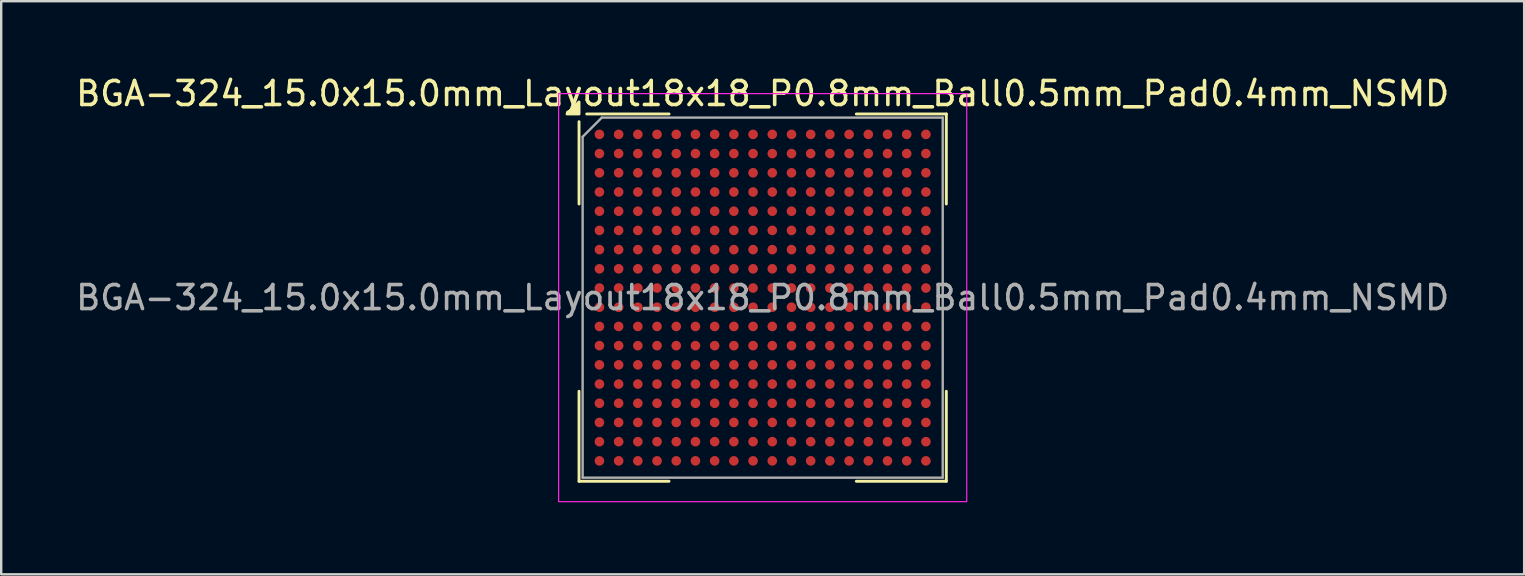
<source format=kicad_pcb>
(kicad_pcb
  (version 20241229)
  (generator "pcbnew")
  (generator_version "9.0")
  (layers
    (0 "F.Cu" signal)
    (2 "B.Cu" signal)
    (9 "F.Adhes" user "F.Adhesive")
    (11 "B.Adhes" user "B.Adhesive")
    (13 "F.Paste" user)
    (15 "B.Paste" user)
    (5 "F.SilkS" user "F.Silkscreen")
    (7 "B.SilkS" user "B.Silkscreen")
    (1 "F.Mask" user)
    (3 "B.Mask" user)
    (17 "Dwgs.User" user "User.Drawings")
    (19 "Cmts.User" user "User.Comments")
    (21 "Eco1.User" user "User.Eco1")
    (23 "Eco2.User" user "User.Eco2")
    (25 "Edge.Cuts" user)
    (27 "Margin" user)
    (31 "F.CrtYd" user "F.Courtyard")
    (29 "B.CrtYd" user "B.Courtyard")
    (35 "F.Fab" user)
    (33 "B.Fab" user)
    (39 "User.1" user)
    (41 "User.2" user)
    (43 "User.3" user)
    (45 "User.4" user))
  (footprint "BGA-324_15.0x15.0mm_Layout18x18_P0.8mm_Ball0.5mm_Pad0.4mm_NSMD"
    (layer "F.Cu")
    (at 28.72 9.348)
    (property "Reference" "BGA-324_15.0x15.0mm_Layout18x18_P0.8mm_Ball0.5mm_Pad0.4mm_NSMD" (at 0 -8.5 0) (layer "F.SilkS") (effects (font (size 1 1) (thickness 0.15))))
    (attr smd)
    (fp_line (start -7.65 -7.33) (end -7.65 -3.9) (stroke (width 0.12) (type solid)) (layer "F.SilkS"))
    (fp_line (start -7.65 7.65) (end -7.65 3.9) (stroke (width 0.12) (type solid)) (layer "F.SilkS"))
    (fp_line (start -7.33 -7.65) (end -3.9 -7.65) (stroke (width 0.12) (type solid)) (layer "F.SilkS"))
    (fp_line (start -3.9 7.65) (end -7.65 7.65) (stroke (width 0.12) (type solid)) (layer "F.SilkS"))
    (fp_line (start 3.9 -7.65) (end 7.65 -7.65) (stroke (width 0.12) (type solid)) (layer "F.SilkS"))
    (fp_line (start 3.9 7.65) (end 7.65 7.65) (stroke (width 0.12) (type solid)) (layer "F.SilkS"))
    (fp_line (start 7.65 -7.65) (end 7.65 -3.9) (stroke (width 0.12) (type solid)) (layer "F.SilkS"))
    (fp_line (start 7.65 7.65) (end 7.65 3.9) (stroke (width 0.12) (type solid)) (layer "F.SilkS"))
    (fp_poly (pts (xy -7.65 -7.65) (xy -8.15 -7.65) (xy -7.65 -8.15) (xy -7.65 -7.65)) (stroke (width 0.12) (type solid)) (fill yes) (layer "F.SilkS"))
    (fp_rect (start 8.5 8.5) (end -8.5 -8.5) (stroke (width 0.05) (type solid)) (fill no) (layer "F.CrtYd"))
    (fp_line (start -7.5 -6.7) (end -7.5 7.5) (stroke (width 0.1) (type solid)) (layer "F.Fab"))
    (fp_line (start -7.5 7.5) (end 7.5 7.5) (stroke (width 0.1) (type solid)) (layer "F.Fab"))
    (fp_line (start -6.7 -7.5) (end -7.5 -6.7) (stroke (width 0.1) (type solid)) (layer "F.Fab"))
    (fp_line (start 7.5 -7.5) (end -6.7 -7.5) (stroke (width 0.1) (type solid)) (layer "F.Fab"))
    (fp_line (start 7.5 7.5) (end 7.5 -7.5) (stroke (width 0.1) (type solid)) (layer "F.Fab"))
    (fp_text user "${REFERENCE}" (at 0 0 0) (layer "F.Fab") (effects (font (size 1 1) (thickness 0.15))))
    (pad "A1" smd circle (at -6.8 -6.8) (size 0.4 0.4) (property pad_prop_bga) (layers "F.Cu" "F.Mask" "F.Paste"))
    (pad "A2" smd circle (at -6 -6.8) (size 0.4 0.4) (property pad_prop_bga) (layers "F.Cu" "F.Mask" "F.Paste"))
    (pad "A3" smd circle (at -5.2 -6.8) (size 0.4 0.4) (property pad_prop_bga) (layers "F.Cu" "F.Mask" "F.Paste"))
    (pad "A4" smd circle (at -4.4 -6.8) (size 0.4 0.4) (property pad_prop_bga) (layers "F.Cu" "F.Mask" "F.Paste"))
    (pad "A5" smd circle (at -3.6 -6.8) (size 0.4 0.4) (property pad_prop_bga) (layers "F.Cu" "F.Mask" "F.Paste"))
    (pad "A6" smd circle (at -2.8 -6.8) (size 0.4 0.4) (property pad_prop_bga) (layers "F.Cu" "F.Mask" "F.Paste"))
    (pad "A7" smd circle (at -2 -6.8) (size 0.4 0.4) (property pad_prop_bga) (layers "F.Cu" "F.Mask" "F.Paste"))
    (pad "A8" smd circle (at -1.2 -6.8) (size 0.4 0.4) (property pad_prop_bga) (layers "F.Cu" "F.Mask" "F.Paste"))
    (pad "A9" smd circle (at -0.4 -6.8) (size 0.4 0.4) (property pad_prop_bga) (layers "F.Cu" "F.Mask" "F.Paste"))
    (pad "A10" smd circle (at 0.4 -6.8) (size 0.4 0.4) (property pad_prop_bga) (layers "F.Cu" "F.Mask" "F.Paste"))
    (pad "A11" smd circle (at 1.2 -6.8) (size 0.4 0.4) (property pad_prop_bga) (layers "F.Cu" "F.Mask" "F.Paste"))
    (pad "A12" smd circle (at 2 -6.8) (size 0.4 0.4) (property pad_prop_bga) (layers "F.Cu" "F.Mask" "F.Paste"))
    (pad "A13" smd circle (at 2.8 -6.8) (size 0.4 0.4) (property pad_prop_bga) (layers "F.Cu" "F.Mask" "F.Paste"))
    (pad "A14" smd circle (at 3.6 -6.8) (size 0.4 0.4) (property pad_prop_bga) (layers "F.Cu" "F.Mask" "F.Paste"))
    (pad "A15" smd circle (at 4.4 -6.8) (size 0.4 0.4) (property pad_prop_bga) (layers "F.Cu" "F.Mask" "F.Paste"))
    (pad "A16" smd circle (at 5.2 -6.8) (size 0.4 0.4) (property pad_prop_bga) (layers "F.Cu" "F.Mask" "F.Paste"))
    (pad "A17" smd circle (at 6 -6.8) (size 0.4 0.4) (property pad_prop_bga) (layers "F.Cu" "F.Mask" "F.Paste"))
    (pad "A18" smd circle (at 6.8 -6.8) (size 0.4 0.4) (property pad_prop_bga) (layers "F.Cu" "F.Mask" "F.Paste"))
    (pad "B1" smd circle (at -6.8 -6) (size 0.4 0.4) (property pad_prop_bga) (layers "F.Cu" "F.Mask" "F.Paste"))
    (pad "B2" smd circle (at -6 -6) (size 0.4 0.4) (property pad_prop_bga) (layers "F.Cu" "F.Mask" "F.Paste"))
    (pad "B3" smd circle (at -5.2 -6) (size 0.4 0.4) (property pad_prop_bga) (layers "F.Cu" "F.Mask" "F.Paste"))
    (pad "B4" smd circle (at -4.4 -6) (size 0.4 0.4) (property pad_prop_bga) (layers "F.Cu" "F.Mask" "F.Paste"))
    (pad "B5" smd circle (at -3.6 -6) (size 0.4 0.4) (property pad_prop_bga) (layers "F.Cu" "F.Mask" "F.Paste"))
    (pad "B6" smd circle (at -2.8 -6) (size 0.4 0.4) (property pad_prop_bga) (layers "F.Cu" "F.Mask" "F.Paste"))
    (pad "B7" smd circle (at -2 -6) (size 0.4 0.4) (property pad_prop_bga) (layers "F.Cu" "F.Mask" "F.Paste"))
    (pad "B8" smd circle (at -1.2 -6) (size 0.4 0.4) (property pad_prop_bga) (layers "F.Cu" "F.Mask" "F.Paste"))
    (pad "B9" smd circle (at -0.4 -6) (size 0.4 0.4) (property pad_prop_bga) (layers "F.Cu" "F.Mask" "F.Paste"))
    (pad "B10" smd circle (at 0.4 -6) (size 0.4 0.4) (property pad_prop_bga) (layers "F.Cu" "F.Mask" "F.Paste"))
    (pad "B11" smd circle (at 1.2 -6) (size 0.4 0.4) (property pad_prop_bga) (layers "F.Cu" "F.Mask" "F.Paste"))
    (pad "B12" smd circle (at 2 -6) (size 0.4 0.4) (property pad_prop_bga) (layers "F.Cu" "F.Mask" "F.Paste"))
    (pad "B13" smd circle (at 2.8 -6) (size 0.4 0.4) (property pad_prop_bga) (layers "F.Cu" "F.Mask" "F.Paste"))
    (pad "B14" smd circle (at 3.6 -6) (size 0.4 0.4) (property pad_prop_bga) (layers "F.Cu" "F.Mask" "F.Paste"))
    (pad "B15" smd circle (at 4.4 -6) (size 0.4 0.4) (property pad_prop_bga) (layers "F.Cu" "F.Mask" "F.Paste"))
    (pad "B16" smd circle (at 5.2 -6) (size 0.4 0.4) (property pad_prop_bga) (layers "F.Cu" "F.Mask" "F.Paste"))
    (pad "B17" smd circle (at 6 -6) (size 0.4 0.4) (property pad_prop_bga) (layers "F.Cu" "F.Mask" "F.Paste"))
    (pad "B18" smd circle (at 6.8 -6) (size 0.4 0.4) (property pad_prop_bga) (layers "F.Cu" "F.Mask" "F.Paste"))
    (pad "C1" smd circle (at -6.8 -5.2) (size 0.4 0.4) (property pad_prop_bga) (layers "F.Cu" "F.Mask" "F.Paste"))
    (pad "C2" smd circle (at -6 -5.2) (size 0.4 0.4) (property pad_prop_bga) (layers "F.Cu" "F.Mask" "F.Paste"))
    (pad "C3" smd circle (at -5.2 -5.2) (size 0.4 0.4) (property pad_prop_bga) (layers "F.Cu" "F.Mask" "F.Paste"))
    (pad "C4" smd circle (at -4.4 -5.2) (size 0.4 0.4) (property pad_prop_bga) (layers "F.Cu" "F.Mask" "F.Paste"))
    (pad "C5" smd circle (at -3.6 -5.2) (size 0.4 0.4) (property pad_prop_bga) (layers "F.Cu" "F.Mask" "F.Paste"))
    (pad "C6" smd circle (at -2.8 -5.2) (size 0.4 0.4) (property pad_prop_bga) (layers "F.Cu" "F.Mask" "F.Paste"))
    (pad "C7" smd circle (at -2 -5.2) (size 0.4 0.4) (property pad_prop_bga) (layers "F.Cu" "F.Mask" "F.Paste"))
    (pad "C8" smd circle (at -1.2 -5.2) (size 0.4 0.4) (property pad_prop_bga) (layers "F.Cu" "F.Mask" "F.Paste"))
    (pad "C9" smd circle (at -0.4 -5.2) (size 0.4 0.4) (property pad_prop_bga) (layers "F.Cu" "F.Mask" "F.Paste"))
    (pad "C10" smd circle (at 0.4 -5.2) (size 0.4 0.4) (property pad_prop_bga) (layers "F.Cu" "F.Mask" "F.Paste"))
    (pad "C11" smd circle (at 1.2 -5.2) (size 0.4 0.4) (property pad_prop_bga) (layers "F.Cu" "F.Mask" "F.Paste"))
    (pad "C12" smd circle (at 2 -5.2) (size 0.4 0.4) (property pad_prop_bga) (layers "F.Cu" "F.Mask" "F.Paste"))
    (pad "C13" smd circle (at 2.8 -5.2) (size 0.4 0.4) (property pad_prop_bga) (layers "F.Cu" "F.Mask" "F.Paste"))
    (pad "C14" smd circle (at 3.6 -5.2) (size 0.4 0.4) (property pad_prop_bga) (layers "F.Cu" "F.Mask" "F.Paste"))
    (pad "C15" smd circle (at 4.4 -5.2) (size 0.4 0.4) (property pad_prop_bga) (layers "F.Cu" "F.Mask" "F.Paste"))
    (pad "C16" smd circle (at 5.2 -5.2) (size 0.4 0.4) (property pad_prop_bga) (layers "F.Cu" "F.Mask" "F.Paste"))
    (pad "C17" smd circle (at 6 -5.2) (size 0.4 0.4) (property pad_prop_bga) (layers "F.Cu" "F.Mask" "F.Paste"))
    (pad "C18" smd circle (at 6.8 -5.2) (size 0.4 0.4) (property pad_prop_bga) (layers "F.Cu" "F.Mask" "F.Paste"))
    (pad "D1" smd circle (at -6.8 -4.4) (size 0.4 0.4) (property pad_prop_bga) (layers "F.Cu" "F.Mask" "F.Paste"))
    (pad "D2" smd circle (at -6 -4.4) (size 0.4 0.4) (property pad_prop_bga) (layers "F.Cu" "F.Mask" "F.Paste"))
    (pad "D3" smd circle (at -5.2 -4.4) (size 0.4 0.4) (property pad_prop_bga) (layers "F.Cu" "F.Mask" "F.Paste"))
    (pad "D4" smd circle (at -4.4 -4.4) (size 0.4 0.4) (property pad_prop_bga) (layers "F.Cu" "F.Mask" "F.Paste"))
    (pad "D5" smd circle (at -3.6 -4.4) (size 0.4 0.4) (property pad_prop_bga) (layers "F.Cu" "F.Mask" "F.Paste"))
    (pad "D6" smd circle (at -2.8 -4.4) (size 0.4 0.4) (property pad_prop_bga) (layers "F.Cu" "F.Mask" "F.Paste"))
    (pad "D7" smd circle (at -2 -4.4) (size 0.4 0.4) (property pad_prop_bga) (layers "F.Cu" "F.Mask" "F.Paste"))
    (pad "D8" smd circle (at -1.2 -4.4) (size 0.4 0.4) (property pad_prop_bga) (layers "F.Cu" "F.Mask" "F.Paste"))
    (pad "D9" smd circle (at -0.4 -4.4) (size 0.4 0.4) (property pad_prop_bga) (layers "F.Cu" "F.Mask" "F.Paste"))
    (pad "D10" smd circle (at 0.4 -4.4) (size 0.4 0.4) (property pad_prop_bga) (layers "F.Cu" "F.Mask" "F.Paste"))
    (pad "D11" smd circle (at 1.2 -4.4) (size 0.4 0.4) (property pad_prop_bga) (layers "F.Cu" "F.Mask" "F.Paste"))
    (pad "D12" smd circle (at 2 -4.4) (size 0.4 0.4) (property pad_prop_bga) (layers "F.Cu" "F.Mask" "F.Paste"))
    (pad "D13" smd circle (at 2.8 -4.4) (size 0.4 0.4) (property pad_prop_bga) (layers "F.Cu" "F.Mask" "F.Paste"))
    (pad "D14" smd circle (at 3.6 -4.4) (size 0.4 0.4) (property pad_prop_bga) (layers "F.Cu" "F.Mask" "F.Paste"))
    (pad "D15" smd circle (at 4.4 -4.4) (size 0.4 0.4) (property pad_prop_bga) (layers "F.Cu" "F.Mask" "F.Paste"))
    (pad "D16" smd circle (at 5.2 -4.4) (size 0.4 0.4) (property pad_prop_bga) (layers "F.Cu" "F.Mask" "F.Paste"))
    (pad "D17" smd circle (at 6 -4.4) (size 0.4 0.4) (property pad_prop_bga) (layers "F.Cu" "F.Mask" "F.Paste"))
    (pad "D18" smd circle (at 6.8 -4.4) (size 0.4 0.4) (property pad_prop_bga) (layers "F.Cu" "F.Mask" "F.Paste"))
    (pad "E1" smd circle (at -6.8 -3.6) (size 0.4 0.4) (property pad_prop_bga) (layers "F.Cu" "F.Mask" "F.Paste"))
    (pad "E2" smd circle (at -6 -3.6) (size 0.4 0.4) (property pad_prop_bga) (layers "F.Cu" "F.Mask" "F.Paste"))
    (pad "E3" smd circle (at -5.2 -3.6) (size 0.4 0.4) (property pad_prop_bga) (layers "F.Cu" "F.Mask" "F.Paste"))
    (pad "E4" smd circle (at -4.4 -3.6) (size 0.4 0.4) (property pad_prop_bga) (layers "F.Cu" "F.Mask" "F.Paste"))
    (pad "E5" smd circle (at -3.6 -3.6) (size 0.4 0.4) (property pad_prop_bga) (layers "F.Cu" "F.Mask" "F.Paste"))
    (pad "E6" smd circle (at -2.8 -3.6) (size 0.4 0.4) (property pad_prop_bga) (layers "F.Cu" "F.Mask" "F.Paste"))
    (pad "E7" smd circle (at -2 -3.6) (size 0.4 0.4) (property pad_prop_bga) (layers "F.Cu" "F.Mask" "F.Paste"))
    (pad "E8" smd circle (at -1.2 -3.6) (size 0.4 0.4) (property pad_prop_bga) (layers "F.Cu" "F.Mask" "F.Paste"))
    (pad "E9" smd circle (at -0.4 -3.6) (size 0.4 0.4) (property pad_prop_bga) (layers "F.Cu" "F.Mask" "F.Paste"))
    (pad "E10" smd circle (at 0.4 -3.6) (size 0.4 0.4) (property pad_prop_bga) (layers "F.Cu" "F.Mask" "F.Paste"))
    (pad "E11" smd circle (at 1.2 -3.6) (size 0.4 0.4) (property pad_prop_bga) (layers "F.Cu" "F.Mask" "F.Paste"))
    (pad "E12" smd circle (at 2 -3.6) (size 0.4 0.4) (property pad_prop_bga) (layers "F.Cu" "F.Mask" "F.Paste"))
    (pad "E13" smd circle (at 2.8 -3.6) (size 0.4 0.4) (property pad_prop_bga) (layers "F.Cu" "F.Mask" "F.Paste"))
    (pad "E14" smd circle (at 3.6 -3.6) (size 0.4 0.4) (property pad_prop_bga) (layers "F.Cu" "F.Mask" "F.Paste"))
    (pad "E15" smd circle (at 4.4 -3.6) (size 0.4 0.4) (property pad_prop_bga) (layers "F.Cu" "F.Mask" "F.Paste"))
    (pad "E16" smd circle (at 5.2 -3.6) (size 0.4 0.4) (property pad_prop_bga) (layers "F.Cu" "F.Mask" "F.Paste"))
    (pad "E17" smd circle (at 6 -3.6) (size 0.4 0.4) (property pad_prop_bga) (layers "F.Cu" "F.Mask" "F.Paste"))
    (pad "E18" smd circle (at 6.8 -3.6) (size 0.4 0.4) (property pad_prop_bga) (layers "F.Cu" "F.Mask" "F.Paste"))
    (pad "F1" smd circle (at -6.8 -2.8) (size 0.4 0.4) (property pad_prop_bga) (layers "F.Cu" "F.Mask" "F.Paste"))
    (pad "F2" smd circle (at -6 -2.8) (size 0.4 0.4) (property pad_prop_bga) (layers "F.Cu" "F.Mask" "F.Paste"))
    (pad "F3" smd circle (at -5.2 -2.8) (size 0.4 0.4) (property pad_prop_bga) (layers "F.Cu" "F.Mask" "F.Paste"))
    (pad "F4" smd circle (at -4.4 -2.8) (size 0.4 0.4) (property pad_prop_bga) (layers "F.Cu" "F.Mask" "F.Paste"))
    (pad "F5" smd circle (at -3.6 -2.8) (size 0.4 0.4) (property pad_prop_bga) (layers "F.Cu" "F.Mask" "F.Paste"))
    (pad "F6" smd circle (at -2.8 -2.8) (size 0.4 0.4) (property pad_prop_bga) (layers "F.Cu" "F.Mask" "F.Paste"))
    (pad "F7" smd circle (at -2 -2.8) (size 0.4 0.4) (property pad_prop_bga) (layers "F.Cu" "F.Mask" "F.Paste"))
    (pad "F8" smd circle (at -1.2 -2.8) (size 0.4 0.4) (property pad_prop_bga) (layers "F.Cu" "F.Mask" "F.Paste"))
    (pad "F9" smd circle (at -0.4 -2.8) (size 0.4 0.4) (property pad_prop_bga) (layers "F.Cu" "F.Mask" "F.Paste"))
    (pad "F10" smd circle (at 0.4 -2.8) (size 0.4 0.4) (property pad_prop_bga) (layers "F.Cu" "F.Mask" "F.Paste"))
    (pad "F11" smd circle (at 1.2 -2.8) (size 0.4 0.4) (property pad_prop_bga) (layers "F.Cu" "F.Mask" "F.Paste"))
    (pad "F12" smd circle (at 2 -2.8) (size 0.4 0.4) (property pad_prop_bga) (layers "F.Cu" "F.Mask" "F.Paste"))
    (pad "F13" smd circle (at 2.8 -2.8) (size 0.4 0.4) (property pad_prop_bga) (layers "F.Cu" "F.Mask" "F.Paste"))
    (pad "F14" smd circle (at 3.6 -2.8) (size 0.4 0.4) (property pad_prop_bga) (layers "F.Cu" "F.Mask" "F.Paste"))
    (pad "F15" smd circle (at 4.4 -2.8) (size 0.4 0.4) (property pad_prop_bga) (layers "F.Cu" "F.Mask" "F.Paste"))
    (pad "F16" smd circle (at 5.2 -2.8) (size 0.4 0.4) (property pad_prop_bga) (layers "F.Cu" "F.Mask" "F.Paste"))
    (pad "F17" smd circle (at 6 -2.8) (size 0.4 0.4) (property pad_prop_bga) (layers "F.Cu" "F.Mask" "F.Paste"))
    (pad "F18" smd circle (at 6.8 -2.8) (size 0.4 0.4) (property pad_prop_bga) (layers "F.Cu" "F.Mask" "F.Paste"))
    (pad "G1" smd circle (at -6.8 -2) (size 0.4 0.4) (property pad_prop_bga) (layers "F.Cu" "F.Mask" "F.Paste"))
    (pad "G2" smd circle (at -6 -2) (size 0.4 0.4) (property pad_prop_bga) (layers "F.Cu" "F.Mask" "F.Paste"))
    (pad "G3" smd circle (at -5.2 -2) (size 0.4 0.4) (property pad_prop_bga) (layers "F.Cu" "F.Mask" "F.Paste"))
    (pad "G4" smd circle (at -4.4 -2) (size 0.4 0.4) (property pad_prop_bga) (layers "F.Cu" "F.Mask" "F.Paste"))
    (pad "G5" smd circle (at -3.6 -2) (size 0.4 0.4) (property pad_prop_bga) (layers "F.Cu" "F.Mask" "F.Paste"))
    (pad "G6" smd circle (at -2.8 -2) (size 0.4 0.4) (property pad_prop_bga) (layers "F.Cu" "F.Mask" "F.Paste"))
    (pad "G7" smd circle (at -2 -2) (size 0.4 0.4) (property pad_prop_bga) (layers "F.Cu" "F.Mask" "F.Paste"))
    (pad "G8" smd circle (at -1.2 -2) (size 0.4 0.4) (property pad_prop_bga) (layers "F.Cu" "F.Mask" "F.Paste"))
    (pad "G9" smd circle (at -0.4 -2) (size 0.4 0.4) (property pad_prop_bga) (layers "F.Cu" "F.Mask" "F.Paste"))
    (pad "G10" smd circle (at 0.4 -2) (size 0.4 0.4) (property pad_prop_bga) (layers "F.Cu" "F.Mask" "F.Paste"))
    (pad "G11" smd circle (at 1.2 -2) (size 0.4 0.4) (property pad_prop_bga) (layers "F.Cu" "F.Mask" "F.Paste"))
    (pad "G12" smd circle (at 2 -2) (size 0.4 0.4) (property pad_prop_bga) (layers "F.Cu" "F.Mask" "F.Paste"))
    (pad "G13" smd circle (at 2.8 -2) (size 0.4 0.4) (property pad_prop_bga) (layers "F.Cu" "F.Mask" "F.Paste"))
    (pad "G14" smd circle (at 3.6 -2) (size 0.4 0.4) (property pad_prop_bga) (layers "F.Cu" "F.Mask" "F.Paste"))
    (pad "G15" smd circle (at 4.4 -2) (size 0.4 0.4) (property pad_prop_bga) (layers "F.Cu" "F.Mask" "F.Paste"))
    (pad "G16" smd circle (at 5.2 -2) (size 0.4 0.4) (property pad_prop_bga) (layers "F.Cu" "F.Mask" "F.Paste"))
    (pad "G17" smd circle (at 6 -2) (size 0.4 0.4) (property pad_prop_bga) (layers "F.Cu" "F.Mask" "F.Paste"))
    (pad "G18" smd circle (at 6.8 -2) (size 0.4 0.4) (property pad_prop_bga) (layers "F.Cu" "F.Mask" "F.Paste"))
    (pad "H1" smd circle (at -6.8 -1.2) (size 0.4 0.4) (property pad_prop_bga) (layers "F.Cu" "F.Mask" "F.Paste"))
    (pad "H2" smd circle (at -6 -1.2) (size 0.4 0.4) (property pad_prop_bga) (layers "F.Cu" "F.Mask" "F.Paste"))
    (pad "H3" smd circle (at -5.2 -1.2) (size 0.4 0.4) (property pad_prop_bga) (layers "F.Cu" "F.Mask" "F.Paste"))
    (pad "H4" smd circle (at -4.4 -1.2) (size 0.4 0.4) (property pad_prop_bga) (layers "F.Cu" "F.Mask" "F.Paste"))
    (pad "H5" smd circle (at -3.6 -1.2) (size 0.4 0.4) (property pad_prop_bga) (layers "F.Cu" "F.Mask" "F.Paste"))
    (pad "H6" smd circle (at -2.8 -1.2) (size 0.4 0.4) (property pad_prop_bga) (layers "F.Cu" "F.Mask" "F.Paste"))
    (pad "H7" smd circle (at -2 -1.2) (size 0.4 0.4) (property pad_prop_bga) (layers "F.Cu" "F.Mask" "F.Paste"))
    (pad "H8" smd circle (at -1.2 -1.2) (size 0.4 0.4) (property pad_prop_bga) (layers "F.Cu" "F.Mask" "F.Paste"))
    (pad "H9" smd circle (at -0.4 -1.2) (size 0.4 0.4) (property pad_prop_bga) (layers "F.Cu" "F.Mask" "F.Paste"))
    (pad "H10" smd circle (at 0.4 -1.2) (size 0.4 0.4) (property pad_prop_bga) (layers "F.Cu" "F.Mask" "F.Paste"))
    (pad "H11" smd circle (at 1.2 -1.2) (size 0.4 0.4) (property pad_prop_bga) (layers "F.Cu" "F.Mask" "F.Paste"))
    (pad "H12" smd circle (at 2 -1.2) (size 0.4 0.4) (property pad_prop_bga) (layers "F.Cu" "F.Mask" "F.Paste"))
    (pad "H13" smd circle (at 2.8 -1.2) (size 0.4 0.4) (property pad_prop_bga) (layers "F.Cu" "F.Mask" "F.Paste"))
    (pad "H14" smd circle (at 3.6 -1.2) (size 0.4 0.4) (property pad_prop_bga) (layers "F.Cu" "F.Mask" "F.Paste"))
    (pad "H15" smd circle (at 4.4 -1.2) (size 0.4 0.4) (property pad_prop_bga) (layers "F.Cu" "F.Mask" "F.Paste"))
    (pad "H16" smd circle (at 5.2 -1.2) (size 0.4 0.4) (property pad_prop_bga) (layers "F.Cu" "F.Mask" "F.Paste"))
    (pad "H17" smd circle (at 6 -1.2) (size 0.4 0.4) (property pad_prop_bga) (layers "F.Cu" "F.Mask" "F.Paste"))
    (pad "H18" smd circle (at 6.8 -1.2) (size 0.4 0.4) (property pad_prop_bga) (layers "F.Cu" "F.Mask" "F.Paste"))
    (pad "J1" smd circle (at -6.8 -0.4) (size 0.4 0.4) (property pad_prop_bga) (layers "F.Cu" "F.Mask" "F.Paste"))
    (pad "J2" smd circle (at -6 -0.4) (size 0.4 0.4) (property pad_prop_bga) (layers "F.Cu" "F.Mask" "F.Paste"))
    (pad "J3" smd circle (at -5.2 -0.4) (size 0.4 0.4) (property pad_prop_bga) (layers "F.Cu" "F.Mask" "F.Paste"))
    (pad "J4" smd circle (at -4.4 -0.4) (size 0.4 0.4) (property pad_prop_bga) (layers "F.Cu" "F.Mask" "F.Paste"))
    (pad "J5" smd circle (at -3.6 -0.4) (size 0.4 0.4) (property pad_prop_bga) (layers "F.Cu" "F.Mask" "F.Paste"))
    (pad "J6" smd circle (at -2.8 -0.4) (size 0.4 0.4) (property pad_prop_bga) (layers "F.Cu" "F.Mask" "F.Paste"))
    (pad "J7" smd circle (at -2 -0.4) (size 0.4 0.4) (property pad_prop_bga) (layers "F.Cu" "F.Mask" "F.Paste"))
    (pad "J8" smd circle (at -1.2 -0.4) (size 0.4 0.4) (property pad_prop_bga) (layers "F.Cu" "F.Mask" "F.Paste"))
    (pad "J9" smd circle (at -0.4 -0.4) (size 0.4 0.4) (property pad_prop_bga) (layers "F.Cu" "F.Mask" "F.Paste"))
    (pad "J10" smd circle (at 0.4 -0.4) (size 0.4 0.4) (property pad_prop_bga) (layers "F.Cu" "F.Mask" "F.Paste"))
    (pad "J11" smd circle (at 1.2 -0.4) (size 0.4 0.4) (property pad_prop_bga) (layers "F.Cu" "F.Mask" "F.Paste"))
    (pad "J12" smd circle (at 2 -0.4) (size 0.4 0.4) (property pad_prop_bga) (layers "F.Cu" "F.Mask" "F.Paste"))
    (pad "J13" smd circle (at 2.8 -0.4) (size 0.4 0.4) (property pad_prop_bga) (layers "F.Cu" "F.Mask" "F.Paste"))
    (pad "J14" smd circle (at 3.6 -0.4) (size 0.4 0.4) (property pad_prop_bga) (layers "F.Cu" "F.Mask" "F.Paste"))
    (pad "J15" smd circle (at 4.4 -0.4) (size 0.4 0.4) (property pad_prop_bga) (layers "F.Cu" "F.Mask" "F.Paste"))
    (pad "J16" smd circle (at 5.2 -0.4) (size 0.4 0.4) (property pad_prop_bga) (layers "F.Cu" "F.Mask" "F.Paste"))
    (pad "J17" smd circle (at 6 -0.4) (size 0.4 0.4) (property pad_prop_bga) (layers "F.Cu" "F.Mask" "F.Paste"))
    (pad "J18" smd circle (at 6.8 -0.4) (size 0.4 0.4) (property pad_prop_bga) (layers "F.Cu" "F.Mask" "F.Paste"))
    (pad "K1" smd circle (at -6.8 0.4) (size 0.4 0.4) (property pad_prop_bga) (layers "F.Cu" "F.Mask" "F.Paste"))
    (pad "K2" smd circle (at -6 0.4) (size 0.4 0.4) (property pad_prop_bga) (layers "F.Cu" "F.Mask" "F.Paste"))
    (pad "K3" smd circle (at -5.2 0.4) (size 0.4 0.4) (property pad_prop_bga) (layers "F.Cu" "F.Mask" "F.Paste"))
    (pad "K4" smd circle (at -4.4 0.4) (size 0.4 0.4) (property pad_prop_bga) (layers "F.Cu" "F.Mask" "F.Paste"))
    (pad "K5" smd circle (at -3.6 0.4) (size 0.4 0.4) (property pad_prop_bga) (layers "F.Cu" "F.Mask" "F.Paste"))
    (pad "K6" smd circle (at -2.8 0.4) (size 0.4 0.4) (property pad_prop_bga) (layers "F.Cu" "F.Mask" "F.Paste"))
    (pad "K7" smd circle (at -2 0.4) (size 0.4 0.4) (property pad_prop_bga) (layers "F.Cu" "F.Mask" "F.Paste"))
    (pad "K8" smd circle (at -1.2 0.4) (size 0.4 0.4) (property pad_prop_bga) (layers "F.Cu" "F.Mask" "F.Paste"))
    (pad "K9" smd circle (at -0.4 0.4) (size 0.4 0.4) (property pad_prop_bga) (layers "F.Cu" "F.Mask" "F.Paste"))
    (pad "K10" smd circle (at 0.4 0.4) (size 0.4 0.4) (property pad_prop_bga) (layers "F.Cu" "F.Mask" "F.Paste"))
    (pad "K11" smd circle (at 1.2 0.4) (size 0.4 0.4) (property pad_prop_bga) (layers "F.Cu" "F.Mask" "F.Paste"))
    (pad "K12" smd circle (at 2 0.4) (size 0.4 0.4) (property pad_prop_bga) (layers "F.Cu" "F.Mask" "F.Paste"))
    (pad "K13" smd circle (at 2.8 0.4) (size 0.4 0.4) (property pad_prop_bga) (layers "F.Cu" "F.Mask" "F.Paste"))
    (pad "K14" smd circle (at 3.6 0.4) (size 0.4 0.4) (property pad_prop_bga) (layers "F.Cu" "F.Mask" "F.Paste"))
    (pad "K15" smd circle (at 4.4 0.4) (size 0.4 0.4) (property pad_prop_bga) (layers "F.Cu" "F.Mask" "F.Paste"))
    (pad "K16" smd circle (at 5.2 0.4) (size 0.4 0.4) (property pad_prop_bga) (layers "F.Cu" "F.Mask" "F.Paste"))
    (pad "K17" smd circle (at 6 0.4) (size 0.4 0.4) (property pad_prop_bga) (layers "F.Cu" "F.Mask" "F.Paste"))
    (pad "K18" smd circle (at 6.8 0.4) (size 0.4 0.4) (property pad_prop_bga) (layers "F.Cu" "F.Mask" "F.Paste"))
    (pad "L1" smd circle (at -6.8 1.2) (size 0.4 0.4) (property pad_prop_bga) (layers "F.Cu" "F.Mask" "F.Paste"))
    (pad "L2" smd circle (at -6 1.2) (size 0.4 0.4) (property pad_prop_bga) (layers "F.Cu" "F.Mask" "F.Paste"))
    (pad "L3" smd circle (at -5.2 1.2) (size 0.4 0.4) (property pad_prop_bga) (layers "F.Cu" "F.Mask" "F.Paste"))
    (pad "L4" smd circle (at -4.4 1.2) (size 0.4 0.4) (property pad_prop_bga) (layers "F.Cu" "F.Mask" "F.Paste"))
    (pad "L5" smd circle (at -3.6 1.2) (size 0.4 0.4) (property pad_prop_bga) (layers "F.Cu" "F.Mask" "F.Paste"))
    (pad "L6" smd circle (at -2.8 1.2) (size 0.4 0.4) (property pad_prop_bga) (layers "F.Cu" "F.Mask" "F.Paste"))
    (pad "L7" smd circle (at -2 1.2) (size 0.4 0.4) (property pad_prop_bga) (layers "F.Cu" "F.Mask" "F.Paste"))
    (pad "L8" smd circle (at -1.2 1.2) (size 0.4 0.4) (property pad_prop_bga) (layers "F.Cu" "F.Mask" "F.Paste"))
    (pad "L9" smd circle (at -0.4 1.2) (size 0.4 0.4) (property pad_prop_bga) (layers "F.Cu" "F.Mask" "F.Paste"))
    (pad "L10" smd circle (at 0.4 1.2) (size 0.4 0.4) (property pad_prop_bga) (layers "F.Cu" "F.Mask" "F.Paste"))
    (pad "L11" smd circle (at 1.2 1.2) (size 0.4 0.4) (property pad_prop_bga) (layers "F.Cu" "F.Mask" "F.Paste"))
    (pad "L12" smd circle (at 2 1.2) (size 0.4 0.4) (property pad_prop_bga) (layers "F.Cu" "F.Mask" "F.Paste"))
    (pad "L13" smd circle (at 2.8 1.2) (size 0.4 0.4) (property pad_prop_bga) (layers "F.Cu" "F.Mask" "F.Paste"))
    (pad "L14" smd circle (at 3.6 1.2) (size 0.4 0.4) (property pad_prop_bga) (layers "F.Cu" "F.Mask" "F.Paste"))
    (pad "L15" smd circle (at 4.4 1.2) (size 0.4 0.4) (property pad_prop_bga) (layers "F.Cu" "F.Mask" "F.Paste"))
    (pad "L16" smd circle (at 5.2 1.2) (size 0.4 0.4) (property pad_prop_bga) (layers "F.Cu" "F.Mask" "F.Paste"))
    (pad "L17" smd circle (at 6 1.2) (size 0.4 0.4) (property pad_prop_bga) (layers "F.Cu" "F.Mask" "F.Paste"))
    (pad "L18" smd circle (at 6.8 1.2) (size 0.4 0.4) (property pad_prop_bga) (layers "F.Cu" "F.Mask" "F.Paste"))
    (pad "M1" smd circle (at -6.8 2) (size 0.4 0.4) (property pad_prop_bga) (layers "F.Cu" "F.Mask" "F.Paste"))
    (pad "M2" smd circle (at -6 2) (size 0.4 0.4) (property pad_prop_bga) (layers "F.Cu" "F.Mask" "F.Paste"))
    (pad "M3" smd circle (at -5.2 2) (size 0.4 0.4) (property pad_prop_bga) (layers "F.Cu" "F.Mask" "F.Paste"))
    (pad "M4" smd circle (at -4.4 2) (size 0.4 0.4) (property pad_prop_bga) (layers "F.Cu" "F.Mask" "F.Paste"))
    (pad "M5" smd circle (at -3.6 2) (size 0.4 0.4) (property pad_prop_bga) (layers "F.Cu" "F.Mask" "F.Paste"))
    (pad "M6" smd circle (at -2.8 2) (size 0.4 0.4) (property pad_prop_bga) (layers "F.Cu" "F.Mask" "F.Paste"))
    (pad "M7" smd circle (at -2 2) (size 0.4 0.4) (property pad_prop_bga) (layers "F.Cu" "F.Mask" "F.Paste"))
    (pad "M8" smd circle (at -1.2 2) (size 0.4 0.4) (property pad_prop_bga) (layers "F.Cu" "F.Mask" "F.Paste"))
    (pad "M9" smd circle (at -0.4 2) (size 0.4 0.4) (property pad_prop_bga) (layers "F.Cu" "F.Mask" "F.Paste"))
    (pad "M10" smd circle (at 0.4 2) (size 0.4 0.4) (property pad_prop_bga) (layers "F.Cu" "F.Mask" "F.Paste"))
    (pad "M11" smd circle (at 1.2 2) (size 0.4 0.4) (property pad_prop_bga) (layers "F.Cu" "F.Mask" "F.Paste"))
    (pad "M12" smd circle (at 2 2) (size 0.4 0.4) (property pad_prop_bga) (layers "F.Cu" "F.Mask" "F.Paste"))
    (pad "M13" smd circle (at 2.8 2) (size 0.4 0.4) (property pad_prop_bga) (layers "F.Cu" "F.Mask" "F.Paste"))
    (pad "M14" smd circle (at 3.6 2) (size 0.4 0.4) (property pad_prop_bga) (layers "F.Cu" "F.Mask" "F.Paste"))
    (pad "M15" smd circle (at 4.4 2) (size 0.4 0.4) (property pad_prop_bga) (layers "F.Cu" "F.Mask" "F.Paste"))
    (pad "M16" smd circle (at 5.2 2) (size 0.4 0.4) (property pad_prop_bga) (layers "F.Cu" "F.Mask" "F.Paste"))
    (pad "M17" smd circle (at 6 2) (size 0.4 0.4) (property pad_prop_bga) (layers "F.Cu" "F.Mask" "F.Paste"))
    (pad "M18" smd circle (at 6.8 2) (size 0.4 0.4) (property pad_prop_bga) (layers "F.Cu" "F.Mask" "F.Paste"))
    (pad "N1" smd circle (at -6.8 2.8) (size 0.4 0.4) (property pad_prop_bga) (layers "F.Cu" "F.Mask" "F.Paste"))
    (pad "N2" smd circle (at -6 2.8) (size 0.4 0.4) (property pad_prop_bga) (layers "F.Cu" "F.Mask" "F.Paste"))
    (pad "N3" smd circle (at -5.2 2.8) (size 0.4 0.4) (property pad_prop_bga) (layers "F.Cu" "F.Mask" "F.Paste"))
    (pad "N4" smd circle (at -4.4 2.8) (size 0.4 0.4) (property pad_prop_bga) (layers "F.Cu" "F.Mask" "F.Paste"))
    (pad "N5" smd circle (at -3.6 2.8) (size 0.4 0.4) (property pad_prop_bga) (layers "F.Cu" "F.Mask" "F.Paste"))
    (pad "N6" smd circle (at -2.8 2.8) (size 0.4 0.4) (property pad_prop_bga) (layers "F.Cu" "F.Mask" "F.Paste"))
    (pad "N7" smd circle (at -2 2.8) (size 0.4 0.4) (property pad_prop_bga) (layers "F.Cu" "F.Mask" "F.Paste"))
    (pad "N8" smd circle (at -1.2 2.8) (size 0.4 0.4) (property pad_prop_bga) (layers "F.Cu" "F.Mask" "F.Paste"))
    (pad "N9" smd circle (at -0.4 2.8) (size 0.4 0.4) (property pad_prop_bga) (layers "F.Cu" "F.Mask" "F.Paste"))
    (pad "N10" smd circle (at 0.4 2.8) (size 0.4 0.4) (property pad_prop_bga) (layers "F.Cu" "F.Mask" "F.Paste"))
    (pad "N11" smd circle (at 1.2 2.8) (size 0.4 0.4) (property pad_prop_bga) (layers "F.Cu" "F.Mask" "F.Paste"))
    (pad "N12" smd circle (at 2 2.8) (size 0.4 0.4) (property pad_prop_bga) (layers "F.Cu" "F.Mask" "F.Paste"))
    (pad "N13" smd circle (at 2.8 2.8) (size 0.4 0.4) (property pad_prop_bga) (layers "F.Cu" "F.Mask" "F.Paste"))
    (pad "N14" smd circle (at 3.6 2.8) (size 0.4 0.4) (property pad_prop_bga) (layers "F.Cu" "F.Mask" "F.Paste"))
    (pad "N15" smd circle (at 4.4 2.8) (size 0.4 0.4) (property pad_prop_bga) (layers "F.Cu" "F.Mask" "F.Paste"))
    (pad "N16" smd circle (at 5.2 2.8) (size 0.4 0.4) (property pad_prop_bga) (layers "F.Cu" "F.Mask" "F.Paste"))
    (pad "N17" smd circle (at 6 2.8) (size 0.4 0.4) (property pad_prop_bga) (layers "F.Cu" "F.Mask" "F.Paste"))
    (pad "N18" smd circle (at 6.8 2.8) (size 0.4 0.4) (property pad_prop_bga) (layers "F.Cu" "F.Mask" "F.Paste"))
    (pad "P1" smd circle (at -6.8 3.6) (size 0.4 0.4) (property pad_prop_bga) (layers "F.Cu" "F.Mask" "F.Paste"))
    (pad "P2" smd circle (at -6 3.6) (size 0.4 0.4) (property pad_prop_bga) (layers "F.Cu" "F.Mask" "F.Paste"))
    (pad "P3" smd circle (at -5.2 3.6) (size 0.4 0.4) (property pad_prop_bga) (layers "F.Cu" "F.Mask" "F.Paste"))
    (pad "P4" smd circle (at -4.4 3.6) (size 0.4 0.4) (property pad_prop_bga) (layers "F.Cu" "F.Mask" "F.Paste"))
    (pad "P5" smd circle (at -3.6 3.6) (size 0.4 0.4) (property pad_prop_bga) (layers "F.Cu" "F.Mask" "F.Paste"))
    (pad "P6" smd circle (at -2.8 3.6) (size 0.4 0.4) (property pad_prop_bga) (layers "F.Cu" "F.Mask" "F.Paste"))
    (pad "P7" smd circle (at -2 3.6) (size 0.4 0.4) (property pad_prop_bga) (layers "F.Cu" "F.Mask" "F.Paste"))
    (pad "P8" smd circle (at -1.2 3.6) (size 0.4 0.4) (property pad_prop_bga) (layers "F.Cu" "F.Mask" "F.Paste"))
    (pad "P9" smd circle (at -0.4 3.6) (size 0.4 0.4) (property pad_prop_bga) (layers "F.Cu" "F.Mask" "F.Paste"))
    (pad "P10" smd circle (at 0.4 3.6) (size 0.4 0.4) (property pad_prop_bga) (layers "F.Cu" "F.Mask" "F.Paste"))
    (pad "P11" smd circle (at 1.2 3.6) (size 0.4 0.4) (property pad_prop_bga) (layers "F.Cu" "F.Mask" "F.Paste"))
    (pad "P12" smd circle (at 2 3.6) (size 0.4 0.4) (property pad_prop_bga) (layers "F.Cu" "F.Mask" "F.Paste"))
    (pad "P13" smd circle (at 2.8 3.6) (size 0.4 0.4) (property pad_prop_bga) (layers "F.Cu" "F.Mask" "F.Paste"))
    (pad "P14" smd circle (at 3.6 3.6) (size 0.4 0.4) (property pad_prop_bga) (layers "F.Cu" "F.Mask" "F.Paste"))
    (pad "P15" smd circle (at 4.4 3.6) (size 0.4 0.4) (property pad_prop_bga) (layers "F.Cu" "F.Mask" "F.Paste"))
    (pad "P16" smd circle (at 5.2 3.6) (size 0.4 0.4) (property pad_prop_bga) (layers "F.Cu" "F.Mask" "F.Paste"))
    (pad "P17" smd circle (at 6 3.6) (size 0.4 0.4) (property pad_prop_bga) (layers "F.Cu" "F.Mask" "F.Paste"))
    (pad "P18" smd circle (at 6.8 3.6) (size 0.4 0.4) (property pad_prop_bga) (layers "F.Cu" "F.Mask" "F.Paste"))
    (pad "R1" smd circle (at -6.8 4.4) (size 0.4 0.4) (property pad_prop_bga) (layers "F.Cu" "F.Mask" "F.Paste"))
    (pad "R2" smd circle (at -6 4.4) (size 0.4 0.4) (property pad_prop_bga) (layers "F.Cu" "F.Mask" "F.Paste"))
    (pad "R3" smd circle (at -5.2 4.4) (size 0.4 0.4) (property pad_prop_bga) (layers "F.Cu" "F.Mask" "F.Paste"))
    (pad "R4" smd circle (at -4.4 4.4) (size 0.4 0.4) (property pad_prop_bga) (layers "F.Cu" "F.Mask" "F.Paste"))
    (pad "R5" smd circle (at -3.6 4.4) (size 0.4 0.4) (property pad_prop_bga) (layers "F.Cu" "F.Mask" "F.Paste"))
    (pad "R6" smd circle (at -2.8 4.4) (size 0.4 0.4) (property pad_prop_bga) (layers "F.Cu" "F.Mask" "F.Paste"))
    (pad "R7" smd circle (at -2 4.4) (size 0.4 0.4) (property pad_prop_bga) (layers "F.Cu" "F.Mask" "F.Paste"))
    (pad "R8" smd circle (at -1.2 4.4) (size 0.4 0.4) (property pad_prop_bga) (layers "F.Cu" "F.Mask" "F.Paste"))
    (pad "R9" smd circle (at -0.4 4.4) (size 0.4 0.4) (property pad_prop_bga) (layers "F.Cu" "F.Mask" "F.Paste"))
    (pad "R10" smd circle (at 0.4 4.4) (size 0.4 0.4) (property pad_prop_bga) (layers "F.Cu" "F.Mask" "F.Paste"))
    (pad "R11" smd circle (at 1.2 4.4) (size 0.4 0.4) (property pad_prop_bga) (layers "F.Cu" "F.Mask" "F.Paste"))
    (pad "R12" smd circle (at 2 4.4) (size 0.4 0.4) (property pad_prop_bga) (layers "F.Cu" "F.Mask" "F.Paste"))
    (pad "R13" smd circle (at 2.8 4.4) (size 0.4 0.4) (property pad_prop_bga) (layers "F.Cu" "F.Mask" "F.Paste"))
    (pad "R14" smd circle (at 3.6 4.4) (size 0.4 0.4) (property pad_prop_bga) (layers "F.Cu" "F.Mask" "F.Paste"))
    (pad "R15" smd circle (at 4.4 4.4) (size 0.4 0.4) (property pad_prop_bga) (layers "F.Cu" "F.Mask" "F.Paste"))
    (pad "R16" smd circle (at 5.2 4.4) (size 0.4 0.4) (property pad_prop_bga) (layers "F.Cu" "F.Mask" "F.Paste"))
    (pad "R17" smd circle (at 6 4.4) (size 0.4 0.4) (property pad_prop_bga) (layers "F.Cu" "F.Mask" "F.Paste"))
    (pad "R18" smd circle (at 6.8 4.4) (size 0.4 0.4) (property pad_prop_bga) (layers "F.Cu" "F.Mask" "F.Paste"))
    (pad "T1" smd circle (at -6.8 5.2) (size 0.4 0.4) (property pad_prop_bga) (layers "F.Cu" "F.Mask" "F.Paste"))
    (pad "T2" smd circle (at -6 5.2) (size 0.4 0.4) (property pad_prop_bga) (layers "F.Cu" "F.Mask" "F.Paste"))
    (pad "T3" smd circle (at -5.2 5.2) (size 0.4 0.4) (property pad_prop_bga) (layers "F.Cu" "F.Mask" "F.Paste"))
    (pad "T4" smd circle (at -4.4 5.2) (size 0.4 0.4) (property pad_prop_bga) (layers "F.Cu" "F.Mask" "F.Paste"))
    (pad "T5" smd circle (at -3.6 5.2) (size 0.4 0.4) (property pad_prop_bga) (layers "F.Cu" "F.Mask" "F.Paste"))
    (pad "T6" smd circle (at -2.8 5.2) (size 0.4 0.4) (property pad_prop_bga) (layers "F.Cu" "F.Mask" "F.Paste"))
    (pad "T7" smd circle (at -2 5.2) (size 0.4 0.4) (property pad_prop_bga) (layers "F.Cu" "F.Mask" "F.Paste"))
    (pad "T8" smd circle (at -1.2 5.2) (size 0.4 0.4) (property pad_prop_bga) (layers "F.Cu" "F.Mask" "F.Paste"))
    (pad "T9" smd circle (at -0.4 5.2) (size 0.4 0.4) (property pad_prop_bga) (layers "F.Cu" "F.Mask" "F.Paste"))
    (pad "T10" smd circle (at 0.4 5.2) (size 0.4 0.4) (property pad_prop_bga) (layers "F.Cu" "F.Mask" "F.Paste"))
    (pad "T11" smd circle (at 1.2 5.2) (size 0.4 0.4) (property pad_prop_bga) (layers "F.Cu" "F.Mask" "F.Paste"))
    (pad "T12" smd circle (at 2 5.2) (size 0.4 0.4) (property pad_prop_bga) (layers "F.Cu" "F.Mask" "F.Paste"))
    (pad "T13" smd circle (at 2.8 5.2) (size 0.4 0.4) (property pad_prop_bga) (layers "F.Cu" "F.Mask" "F.Paste"))
    (pad "T14" smd circle (at 3.6 5.2) (size 0.4 0.4) (property pad_prop_bga) (layers "F.Cu" "F.Mask" "F.Paste"))
    (pad "T15" smd circle (at 4.4 5.2) (size 0.4 0.4) (property pad_prop_bga) (layers "F.Cu" "F.Mask" "F.Paste"))
    (pad "T16" smd circle (at 5.2 5.2) (size 0.4 0.4) (property pad_prop_bga) (layers "F.Cu" "F.Mask" "F.Paste"))
    (pad "T17" smd circle (at 6 5.2) (size 0.4 0.4) (property pad_prop_bga) (layers "F.Cu" "F.Mask" "F.Paste"))
    (pad "T18" smd circle (at 6.8 5.2) (size 0.4 0.4) (property pad_prop_bga) (layers "F.Cu" "F.Mask" "F.Paste"))
    (pad "U1" smd circle (at -6.8 6) (size 0.4 0.4) (property pad_prop_bga) (layers "F.Cu" "F.Mask" "F.Paste"))
    (pad "U2" smd circle (at -6 6) (size 0.4 0.4) (property pad_prop_bga) (layers "F.Cu" "F.Mask" "F.Paste"))
    (pad "U3" smd circle (at -5.2 6) (size 0.4 0.4) (property pad_prop_bga) (layers "F.Cu" "F.Mask" "F.Paste"))
    (pad "U4" smd circle (at -4.4 6) (size 0.4 0.4) (property pad_prop_bga) (layers "F.Cu" "F.Mask" "F.Paste"))
    (pad "U5" smd circle (at -3.6 6) (size 0.4 0.4) (property pad_prop_bga) (layers "F.Cu" "F.Mask" "F.Paste"))
    (pad "U6" smd circle (at -2.8 6) (size 0.4 0.4) (property pad_prop_bga) (layers "F.Cu" "F.Mask" "F.Paste"))
    (pad "U7" smd circle (at -2 6) (size 0.4 0.4) (property pad_prop_bga) (layers "F.Cu" "F.Mask" "F.Paste"))
    (pad "U8" smd circle (at -1.2 6) (size 0.4 0.4) (property pad_prop_bga) (layers "F.Cu" "F.Mask" "F.Paste"))
    (pad "U9" smd circle (at -0.4 6) (size 0.4 0.4) (property pad_prop_bga) (layers "F.Cu" "F.Mask" "F.Paste"))
    (pad "U10" smd circle (at 0.4 6) (size 0.4 0.4) (property pad_prop_bga) (layers "F.Cu" "F.Mask" "F.Paste"))
    (pad "U11" smd circle (at 1.2 6) (size 0.4 0.4) (property pad_prop_bga) (layers "F.Cu" "F.Mask" "F.Paste"))
    (pad "U12" smd circle (at 2 6) (size 0.4 0.4) (property pad_prop_bga) (layers "F.Cu" "F.Mask" "F.Paste"))
    (pad "U13" smd circle (at 2.8 6) (size 0.4 0.4) (property pad_prop_bga) (layers "F.Cu" "F.Mask" "F.Paste"))
    (pad "U14" smd circle (at 3.6 6) (size 0.4 0.4) (property pad_prop_bga) (layers "F.Cu" "F.Mask" "F.Paste"))
    (pad "U15" smd circle (at 4.4 6) (size 0.4 0.4) (property pad_prop_bga) (layers "F.Cu" "F.Mask" "F.Paste"))
    (pad "U16" smd circle (at 5.2 6) (size 0.4 0.4) (property pad_prop_bga) (layers "F.Cu" "F.Mask" "F.Paste"))
    (pad "U17" smd circle (at 6 6) (size 0.4 0.4) (property pad_prop_bga) (layers "F.Cu" "F.Mask" "F.Paste"))
    (pad "U18" smd circle (at 6.8 6) (size 0.4 0.4) (property pad_prop_bga) (layers "F.Cu" "F.Mask" "F.Paste"))
    (pad "V1" smd circle (at -6.8 6.8) (size 0.4 0.4) (property pad_prop_bga) (layers "F.Cu" "F.Mask" "F.Paste"))
    (pad "V2" smd circle (at -6 6.8) (size 0.4 0.4) (property pad_prop_bga) (layers "F.Cu" "F.Mask" "F.Paste"))
    (pad "V3" smd circle (at -5.2 6.8) (size 0.4 0.4) (property pad_prop_bga) (layers "F.Cu" "F.Mask" "F.Paste"))
    (pad "V4" smd circle (at -4.4 6.8) (size 0.4 0.4) (property pad_prop_bga) (layers "F.Cu" "F.Mask" "F.Paste"))
    (pad "V5" smd circle (at -3.6 6.8) (size 0.4 0.4) (property pad_prop_bga) (layers "F.Cu" "F.Mask" "F.Paste"))
    (pad "V6" smd circle (at -2.8 6.8) (size 0.4 0.4) (property pad_prop_bga) (layers "F.Cu" "F.Mask" "F.Paste"))
    (pad "V7" smd circle (at -2 6.8) (size 0.4 0.4) (property pad_prop_bga) (layers "F.Cu" "F.Mask" "F.Paste"))
    (pad "V8" smd circle (at -1.2 6.8) (size 0.4 0.4) (property pad_prop_bga) (layers "F.Cu" "F.Mask" "F.Paste"))
    (pad "V9" smd circle (at -0.4 6.8) (size 0.4 0.4) (property pad_prop_bga) (layers "F.Cu" "F.Mask" "F.Paste"))
    (pad "V10" smd circle (at 0.4 6.8) (size 0.4 0.4) (property pad_prop_bga) (layers "F.Cu" "F.Mask" "F.Paste"))
    (pad "V11" smd circle (at 1.2 6.8) (size 0.4 0.4) (property pad_prop_bga) (layers "F.Cu" "F.Mask" "F.Paste"))
    (pad "V12" smd circle (at 2 6.8) (size 0.4 0.4) (property pad_prop_bga) (layers "F.Cu" "F.Mask" "F.Paste"))
    (pad "V13" smd circle (at 2.8 6.8) (size 0.4 0.4) (property pad_prop_bga) (layers "F.Cu" "F.Mask" "F.Paste"))
    (pad "V14" smd circle (at 3.6 6.8) (size 0.4 0.4) (property pad_prop_bga) (layers "F.Cu" "F.Mask" "F.Paste"))
    (pad "V15" smd circle (at 4.4 6.8) (size 0.4 0.4) (property pad_prop_bga) (layers "F.Cu" "F.Mask" "F.Paste"))
    (pad "V16" smd circle (at 5.2 6.8) (size 0.4 0.4) (property pad_prop_bga) (layers "F.Cu" "F.Mask" "F.Paste"))
    (pad "V17" smd circle (at 6 6.8) (size 0.4 0.4) (property pad_prop_bga) (layers "F.Cu" "F.Mask" "F.Paste"))
    (pad "V18" smd circle (at 6.8 6.8) (size 0.4 0.4) (property pad_prop_bga) (layers "F.Cu" "F.Mask" "F.Paste")))
  (gr_rect
    (start -3 -3)
    (end 60.44 20.873)
    (stroke (width 0.1) (type default))
    (fill no)
    (layer "Edge.Cuts")))
</source>
